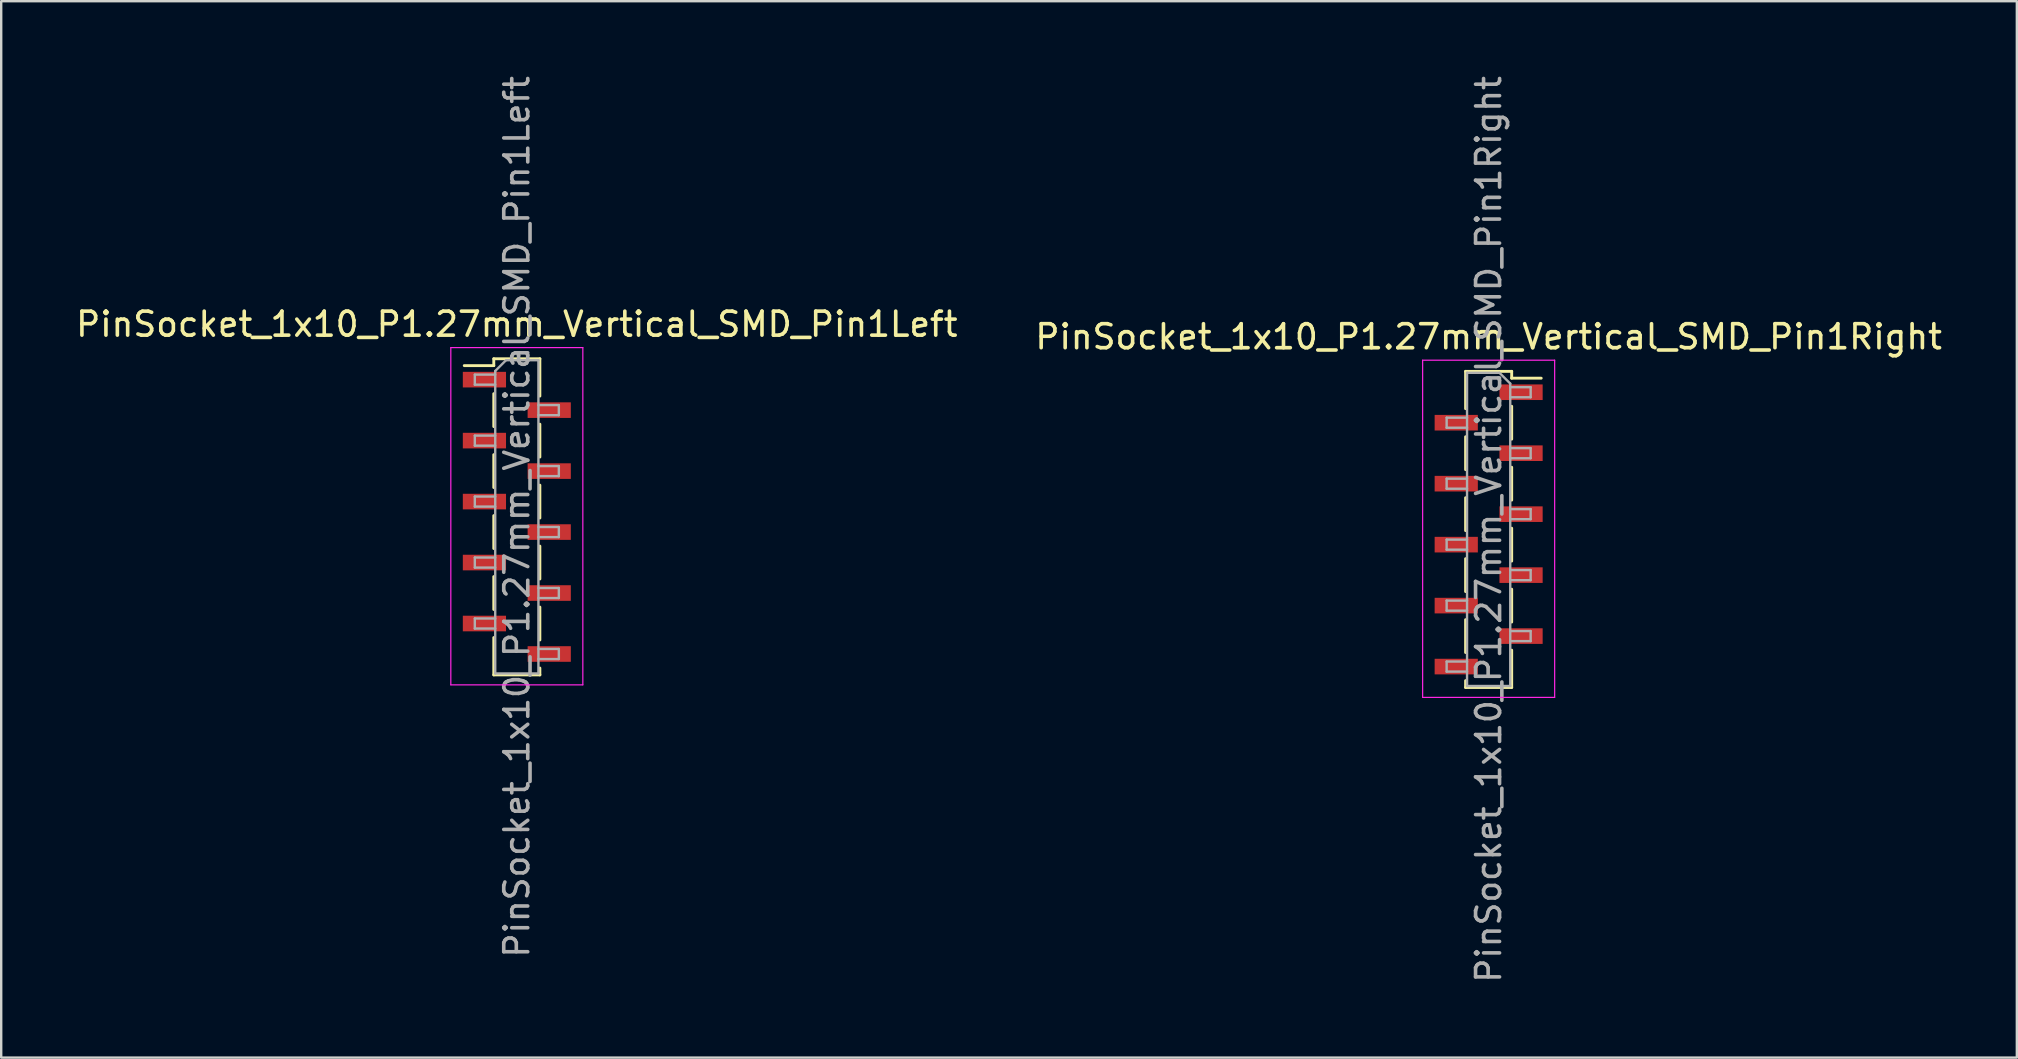
<source format=kicad_pcb>
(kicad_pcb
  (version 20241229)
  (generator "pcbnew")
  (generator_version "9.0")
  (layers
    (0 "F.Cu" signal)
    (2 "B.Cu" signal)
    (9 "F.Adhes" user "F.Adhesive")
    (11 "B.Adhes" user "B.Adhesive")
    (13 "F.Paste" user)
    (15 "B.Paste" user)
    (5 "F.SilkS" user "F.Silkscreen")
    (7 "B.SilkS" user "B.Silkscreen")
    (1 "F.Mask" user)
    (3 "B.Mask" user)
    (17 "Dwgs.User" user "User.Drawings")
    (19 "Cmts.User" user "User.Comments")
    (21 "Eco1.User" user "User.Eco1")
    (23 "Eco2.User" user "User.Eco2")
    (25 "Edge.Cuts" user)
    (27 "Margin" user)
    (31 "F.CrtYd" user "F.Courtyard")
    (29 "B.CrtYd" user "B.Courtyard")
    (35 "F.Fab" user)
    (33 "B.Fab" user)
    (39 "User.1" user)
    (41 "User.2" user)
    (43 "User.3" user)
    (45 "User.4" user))
  (footprint "PinSocket_1x10_P1.27mm_Vertical_SMD_Pin1Right"
    (layer "F.Cu")
    (at 58.97 19.006)
    (property "Reference" "PinSocket_1x10_P1.27mm_Vertical_SMD_Pin1Right" (at 0 -8.025 0) (layer "F.SilkS") (effects (font (size 1 1) (thickness 0.15))))
    (attr smd)
    (fp_line (start -0.96 -6.585) (end -0.96 -5.03) (stroke (width 0.12) (type solid)) (layer "F.SilkS"))
    (fp_line (start -0.96 -6.585) (end 0.96 -6.585) (stroke (width 0.12) (type solid)) (layer "F.SilkS"))
    (fp_line (start -0.96 -3.86) (end -0.96 -2.49) (stroke (width 0.12) (type solid)) (layer "F.SilkS"))
    (fp_line (start -0.96 -1.32) (end -0.96 0.05) (stroke (width 0.12) (type solid)) (layer "F.SilkS"))
    (fp_line (start -0.96 1.22) (end -0.96 2.59) (stroke (width 0.12) (type solid)) (layer "F.SilkS"))
    (fp_line (start -0.96 3.76) (end -0.96 5.13) (stroke (width 0.12) (type solid)) (layer "F.SilkS"))
    (fp_line (start -0.96 6.3) (end -0.96 6.585) (stroke (width 0.12) (type solid)) (layer "F.SilkS"))
    (fp_line (start -0.96 6.585) (end 0.96 6.585) (stroke (width 0.12) (type solid)) (layer "F.SilkS"))
    (fp_line (start 0.96 -6.585) (end 0.96 -6.3) (stroke (width 0.12) (type solid)) (layer "F.SilkS"))
    (fp_line (start 0.96 -6.3) (end 2.19 -6.3) (stroke (width 0.12) (type solid)) (layer "F.SilkS"))
    (fp_line (start 0.96 -5.13) (end 0.96 -3.76) (stroke (width 0.12) (type solid)) (layer "F.SilkS"))
    (fp_line (start 0.96 -2.59) (end 0.96 -1.22) (stroke (width 0.12) (type solid)) (layer "F.SilkS"))
    (fp_line (start 0.96 -0.05) (end 0.96 1.32) (stroke (width 0.12) (type solid)) (layer "F.SilkS"))
    (fp_line (start 0.96 2.49) (end 0.96 3.86) (stroke (width 0.12) (type solid)) (layer "F.SilkS"))
    (fp_line (start 0.96 5.03) (end 0.96 6.585) (stroke (width 0.12) (type solid)) (layer "F.SilkS"))
    (fp_line (start -2.75 -7.05) (end 2.75 -7.05) (stroke (width 0.05) (type solid)) (layer "F.CrtYd"))
    (fp_line (start -2.75 7) (end -2.75 -7.05) (stroke (width 0.05) (type solid)) (layer "F.CrtYd"))
    (fp_line (start 2.75 -7.05) (end 2.75 7) (stroke (width 0.05) (type solid)) (layer "F.CrtYd"))
    (fp_line (start 2.75 7) (end -2.75 7) (stroke (width 0.05) (type solid)) (layer "F.CrtYd"))
    (fp_line (start -1.75 -4.655) (end -0.9 -4.655) (stroke (width 0.1) (type solid)) (layer "F.Fab"))
    (fp_line (start -1.75 -4.235) (end -1.75 -4.655) (stroke (width 0.1) (type solid)) (layer "F.Fab"))
    (fp_line (start -1.75 -2.115) (end -0.9 -2.115) (stroke (width 0.1) (type solid)) (layer "F.Fab"))
    (fp_line (start -1.75 -1.695) (end -1.75 -2.115) (stroke (width 0.1) (type solid)) (layer "F.Fab"))
    (fp_line (start -1.75 0.425) (end -0.9 0.425) (stroke (width 0.1) (type solid)) (layer "F.Fab"))
    (fp_line (start -1.75 0.845) (end -1.75 0.425) (stroke (width 0.1) (type solid)) (layer "F.Fab"))
    (fp_line (start -1.75 2.965) (end -0.9 2.965) (stroke (width 0.1) (type solid)) (layer "F.Fab"))
    (fp_line (start -1.75 3.385) (end -1.75 2.965) (stroke (width 0.1) (type solid)) (layer "F.Fab"))
    (fp_line (start -1.75 5.505) (end -0.9 5.505) (stroke (width 0.1) (type solid)) (layer "F.Fab"))
    (fp_line (start -1.75 5.925) (end -1.75 5.505) (stroke (width 0.1) (type solid)) (layer "F.Fab"))
    (fp_line (start -0.9 -6.525) (end 0.45 -6.525) (stroke (width 0.1) (type solid)) (layer "F.Fab"))
    (fp_line (start -0.9 -4.235) (end -1.75 -4.235) (stroke (width 0.1) (type solid)) (layer "F.Fab"))
    (fp_line (start -0.9 -1.695) (end -1.75 -1.695) (stroke (width 0.1) (type solid)) (layer "F.Fab"))
    (fp_line (start -0.9 0.845) (end -1.75 0.845) (stroke (width 0.1) (type solid)) (layer "F.Fab"))
    (fp_line (start -0.9 3.385) (end -1.75 3.385) (stroke (width 0.1) (type solid)) (layer "F.Fab"))
    (fp_line (start -0.9 5.925) (end -1.75 5.925) (stroke (width 0.1) (type solid)) (layer "F.Fab"))
    (fp_line (start -0.9 6.525) (end -0.9 -6.525) (stroke (width 0.1) (type solid)) (layer "F.Fab"))
    (fp_line (start 0.45 -6.525) (end 0.9 -6.075) (stroke (width 0.1) (type solid)) (layer "F.Fab"))
    (fp_line (start 0.9 -6.075) (end 0.9 6.525) (stroke (width 0.1) (type solid)) (layer "F.Fab"))
    (fp_line (start 0.9 -5.925) (end 1.75 -5.925) (stroke (width 0.1) (type solid)) (layer "F.Fab"))
    (fp_line (start 0.9 -3.385) (end 1.75 -3.385) (stroke (width 0.1) (type solid)) (layer "F.Fab"))
    (fp_line (start 0.9 -0.845) (end 1.75 -0.845) (stroke (width 0.1) (type solid)) (layer "F.Fab"))
    (fp_line (start 0.9 1.695) (end 1.75 1.695) (stroke (width 0.1) (type solid)) (layer "F.Fab"))
    (fp_line (start 0.9 4.235) (end 1.75 4.235) (stroke (width 0.1) (type solid)) (layer "F.Fab"))
    (fp_line (start 0.9 6.525) (end -0.9 6.525) (stroke (width 0.1) (type solid)) (layer "F.Fab"))
    (fp_line (start 1.75 -5.925) (end 1.75 -5.505) (stroke (width 0.1) (type solid)) (layer "F.Fab"))
    (fp_line (start 1.75 -5.505) (end 0.9 -5.505) (stroke (width 0.1) (type solid)) (layer "F.Fab"))
    (fp_line (start 1.75 -3.385) (end 1.75 -2.965) (stroke (width 0.1) (type solid)) (layer "F.Fab"))
    (fp_line (start 1.75 -2.965) (end 0.9 -2.965) (stroke (width 0.1) (type solid)) (layer "F.Fab"))
    (fp_line (start 1.75 -0.845) (end 1.75 -0.425) (stroke (width 0.1) (type solid)) (layer "F.Fab"))
    (fp_line (start 1.75 -0.425) (end 0.9 -0.425) (stroke (width 0.1) (type solid)) (layer "F.Fab"))
    (fp_line (start 1.75 1.695) (end 1.75 2.115) (stroke (width 0.1) (type solid)) (layer "F.Fab"))
    (fp_line (start 1.75 2.115) (end 0.9 2.115) (stroke (width 0.1) (type solid)) (layer "F.Fab"))
    (fp_line (start 1.75 4.235) (end 1.75 4.655) (stroke (width 0.1) (type solid)) (layer "F.Fab"))
    (fp_line (start 1.75 4.655) (end 0.9 4.655) (stroke (width 0.1) (type solid)) (layer "F.Fab"))
    (fp_text user "${REFERENCE}" (at 0 0 90) (layer "F.Fab") (effects (font (size 1 1) (thickness 0.15))))
    (pad "1" smd rect (at 1.35 -5.715) (size 1.8 0.65) (layers "F.Cu" "F.Mask" "F.Paste"))
    (pad "2" smd rect (at -1.35 -4.445) (size 1.8 0.65) (layers "F.Cu" "F.Mask" "F.Paste"))
    (pad "3" smd rect (at 1.35 -3.175) (size 1.8 0.65) (layers "F.Cu" "F.Mask" "F.Paste"))
    (pad "4" smd rect (at -1.35 -1.905) (size 1.8 0.65) (layers "F.Cu" "F.Mask" "F.Paste"))
    (pad "5" smd rect (at 1.35 -0.635) (size 1.8 0.65) (layers "F.Cu" "F.Mask" "F.Paste"))
    (pad "6" smd rect (at -1.35 0.635) (size 1.8 0.65) (layers "F.Cu" "F.Mask" "F.Paste"))
    (pad "7" smd rect (at 1.35 1.905) (size 1.8 0.65) (layers "F.Cu" "F.Mask" "F.Paste"))
    (pad "8" smd rect (at -1.35 3.175) (size 1.8 0.65) (layers "F.Cu" "F.Mask" "F.Paste"))
    (pad "9" smd rect (at 1.35 4.445) (size 1.8 0.65) (layers "F.Cu" "F.Mask" "F.Paste"))
    (pad "10" smd rect (at -1.35 5.715) (size 1.8 0.65) (layers "F.Cu" "F.Mask" "F.Paste")))
  (footprint "PinSocket_1x10_P1.27mm_Vertical_SMD_Pin1Left"
    (layer "F.Cu")
    (at 18.482 18.482)
    (property "Reference" "PinSocket_1x10_P1.27mm_Vertical_SMD_Pin1Left" (at 0 -8.025 0) (layer "F.SilkS") (effects (font (size 1 1) (thickness 0.15))))
    (attr smd)
    (fp_line (start -2.19 -6.3) (end -0.96 -6.3) (stroke (width 0.12) (type solid)) (layer "F.SilkS"))
    (fp_line (start -0.96 -6.585) (end -0.96 -6.3) (stroke (width 0.12) (type solid)) (layer "F.SilkS"))
    (fp_line (start -0.96 -6.585) (end 0.96 -6.585) (stroke (width 0.12) (type solid)) (layer "F.SilkS"))
    (fp_line (start -0.96 -5.13) (end -0.96 -3.76) (stroke (width 0.12) (type solid)) (layer "F.SilkS"))
    (fp_line (start -0.96 -2.59) (end -0.96 -1.22) (stroke (width 0.12) (type solid)) (layer "F.SilkS"))
    (fp_line (start -0.96 -0.05) (end -0.96 1.32) (stroke (width 0.12) (type solid)) (layer "F.SilkS"))
    (fp_line (start -0.96 2.49) (end -0.96 3.86) (stroke (width 0.12) (type solid)) (layer "F.SilkS"))
    (fp_line (start -0.96 5.03) (end -0.96 6.585) (stroke (width 0.12) (type solid)) (layer "F.SilkS"))
    (fp_line (start -0.96 6.585) (end 0.96 6.585) (stroke (width 0.12) (type solid)) (layer "F.SilkS"))
    (fp_line (start 0.96 -6.585) (end 0.96 -5.03) (stroke (width 0.12) (type solid)) (layer "F.SilkS"))
    (fp_line (start 0.96 -3.86) (end 0.96 -2.49) (stroke (width 0.12) (type solid)) (layer "F.SilkS"))
    (fp_line (start 0.96 -1.32) (end 0.96 0.05) (stroke (width 0.12) (type solid)) (layer "F.SilkS"))
    (fp_line (start 0.96 1.22) (end 0.96 2.59) (stroke (width 0.12) (type solid)) (layer "F.SilkS"))
    (fp_line (start 0.96 3.76) (end 0.96 5.13) (stroke (width 0.12) (type solid)) (layer "F.SilkS"))
    (fp_line (start 0.96 6.3) (end 0.96 6.585) (stroke (width 0.12) (type solid)) (layer "F.SilkS"))
    (fp_line (start -2.75 -7.05) (end 2.75 -7.05) (stroke (width 0.05) (type solid)) (layer "F.CrtYd"))
    (fp_line (start -2.75 7) (end -2.75 -7.05) (stroke (width 0.05) (type solid)) (layer "F.CrtYd"))
    (fp_line (start 2.75 -7.05) (end 2.75 7) (stroke (width 0.05) (type solid)) (layer "F.CrtYd"))
    (fp_line (start 2.75 7) (end -2.75 7) (stroke (width 0.05) (type solid)) (layer "F.CrtYd"))
    (fp_line (start -1.75 -5.925) (end -0.9 -5.925) (stroke (width 0.1) (type solid)) (layer "F.Fab"))
    (fp_line (start -1.75 -5.505) (end -1.75 -5.925) (stroke (width 0.1) (type solid)) (layer "F.Fab"))
    (fp_line (start -1.75 -3.385) (end -0.9 -3.385) (stroke (width 0.1) (type solid)) (layer "F.Fab"))
    (fp_line (start -1.75 -2.965) (end -1.75 -3.385) (stroke (width 0.1) (type solid)) (layer "F.Fab"))
    (fp_line (start -1.75 -0.845) (end -0.9 -0.845) (stroke (width 0.1) (type solid)) (layer "F.Fab"))
    (fp_line (start -1.75 -0.425) (end -1.75 -0.845) (stroke (width 0.1) (type solid)) (layer "F.Fab"))
    (fp_line (start -1.75 1.695) (end -0.9 1.695) (stroke (width 0.1) (type solid)) (layer "F.Fab"))
    (fp_line (start -1.75 2.115) (end -1.75 1.695) (stroke (width 0.1) (type solid)) (layer "F.Fab"))
    (fp_line (start -1.75 4.235) (end -0.9 4.235) (stroke (width 0.1) (type solid)) (layer "F.Fab"))
    (fp_line (start -1.75 4.655) (end -1.75 4.235) (stroke (width 0.1) (type solid)) (layer "F.Fab"))
    (fp_line (start -0.9 -6.075) (end -0.45 -6.525) (stroke (width 0.1) (type solid)) (layer "F.Fab"))
    (fp_line (start -0.9 -5.505) (end -1.75 -5.505) (stroke (width 0.1) (type solid)) (layer "F.Fab"))
    (fp_line (start -0.9 -2.965) (end -1.75 -2.965) (stroke (width 0.1) (type solid)) (layer "F.Fab"))
    (fp_line (start -0.9 -0.425) (end -1.75 -0.425) (stroke (width 0.1) (type solid)) (layer "F.Fab"))
    (fp_line (start -0.9 2.115) (end -1.75 2.115) (stroke (width 0.1) (type solid)) (layer "F.Fab"))
    (fp_line (start -0.9 4.655) (end -1.75 4.655) (stroke (width 0.1) (type solid)) (layer "F.Fab"))
    (fp_line (start -0.9 6.525) (end -0.9 -6.075) (stroke (width 0.1) (type solid)) (layer "F.Fab"))
    (fp_line (start -0.45 -6.525) (end 0.9 -6.525) (stroke (width 0.1) (type solid)) (layer "F.Fab"))
    (fp_line (start 0.9 -6.525) (end 0.9 6.525) (stroke (width 0.1) (type solid)) (layer "F.Fab"))
    (fp_line (start 0.9 -4.655) (end 1.75 -4.655) (stroke (width 0.1) (type solid)) (layer "F.Fab"))
    (fp_line (start 0.9 -2.115) (end 1.75 -2.115) (stroke (width 0.1) (type solid)) (layer "F.Fab"))
    (fp_line (start 0.9 0.425) (end 1.75 0.425) (stroke (width 0.1) (type solid)) (layer "F.Fab"))
    (fp_line (start 0.9 2.965) (end 1.75 2.965) (stroke (width 0.1) (type solid)) (layer "F.Fab"))
    (fp_line (start 0.9 5.505) (end 1.75 5.505) (stroke (width 0.1) (type solid)) (layer "F.Fab"))
    (fp_line (start 0.9 6.525) (end -0.9 6.525) (stroke (width 0.1) (type solid)) (layer "F.Fab"))
    (fp_line (start 1.75 -4.655) (end 1.75 -4.235) (stroke (width 0.1) (type solid)) (layer "F.Fab"))
    (fp_line (start 1.75 -4.235) (end 0.9 -4.235) (stroke (width 0.1) (type solid)) (layer "F.Fab"))
    (fp_line (start 1.75 -2.115) (end 1.75 -1.695) (stroke (width 0.1) (type solid)) (layer "F.Fab"))
    (fp_line (start 1.75 -1.695) (end 0.9 -1.695) (stroke (width 0.1) (type solid)) (layer "F.Fab"))
    (fp_line (start 1.75 0.425) (end 1.75 0.845) (stroke (width 0.1) (type solid)) (layer "F.Fab"))
    (fp_line (start 1.75 0.845) (end 0.9 0.845) (stroke (width 0.1) (type solid)) (layer "F.Fab"))
    (fp_line (start 1.75 2.965) (end 1.75 3.385) (stroke (width 0.1) (type solid)) (layer "F.Fab"))
    (fp_line (start 1.75 3.385) (end 0.9 3.385) (stroke (width 0.1) (type solid)) (layer "F.Fab"))
    (fp_line (start 1.75 5.505) (end 1.75 5.925) (stroke (width 0.1) (type solid)) (layer "F.Fab"))
    (fp_line (start 1.75 5.925) (end 0.9 5.925) (stroke (width 0.1) (type solid)) (layer "F.Fab"))
    (fp_text user "${REFERENCE}" (at 0 0 90) (layer "F.Fab") (effects (font (size 1 1) (thickness 0.15))))
    (pad "1" smd rect (at -1.35 -5.715) (size 1.8 0.65) (layers "F.Cu" "F.Mask" "F.Paste"))
    (pad "2" smd rect (at 1.35 -4.445) (size 1.8 0.65) (layers "F.Cu" "F.Mask" "F.Paste"))
    (pad "3" smd rect (at -1.35 -3.175) (size 1.8 0.65) (layers "F.Cu" "F.Mask" "F.Paste"))
    (pad "4" smd rect (at 1.35 -1.905) (size 1.8 0.65) (layers "F.Cu" "F.Mask" "F.Paste"))
    (pad "5" smd rect (at -1.35 -0.635) (size 1.8 0.65) (layers "F.Cu" "F.Mask" "F.Paste"))
    (pad "6" smd rect (at 1.35 0.635) (size 1.8 0.65) (layers "F.Cu" "F.Mask" "F.Paste"))
    (pad "7" smd rect (at -1.35 1.905) (size 1.8 0.65) (layers "F.Cu" "F.Mask" "F.Paste"))
    (pad "8" smd rect (at 1.35 3.175) (size 1.8 0.65) (layers "F.Cu" "F.Mask" "F.Paste"))
    (pad "9" smd rect (at -1.35 4.445) (size 1.8 0.65) (layers "F.Cu" "F.Mask" "F.Paste"))
    (pad "10" smd rect (at 1.35 5.715) (size 1.8 0.65) (layers "F.Cu" "F.Mask" "F.Paste")))
  (gr_rect
    (start -3 -3)
    (end 80.976 41.012)
    (stroke (width 0.1) (type default))
    (fill no)
    (layer "Edge.Cuts")))
</source>
